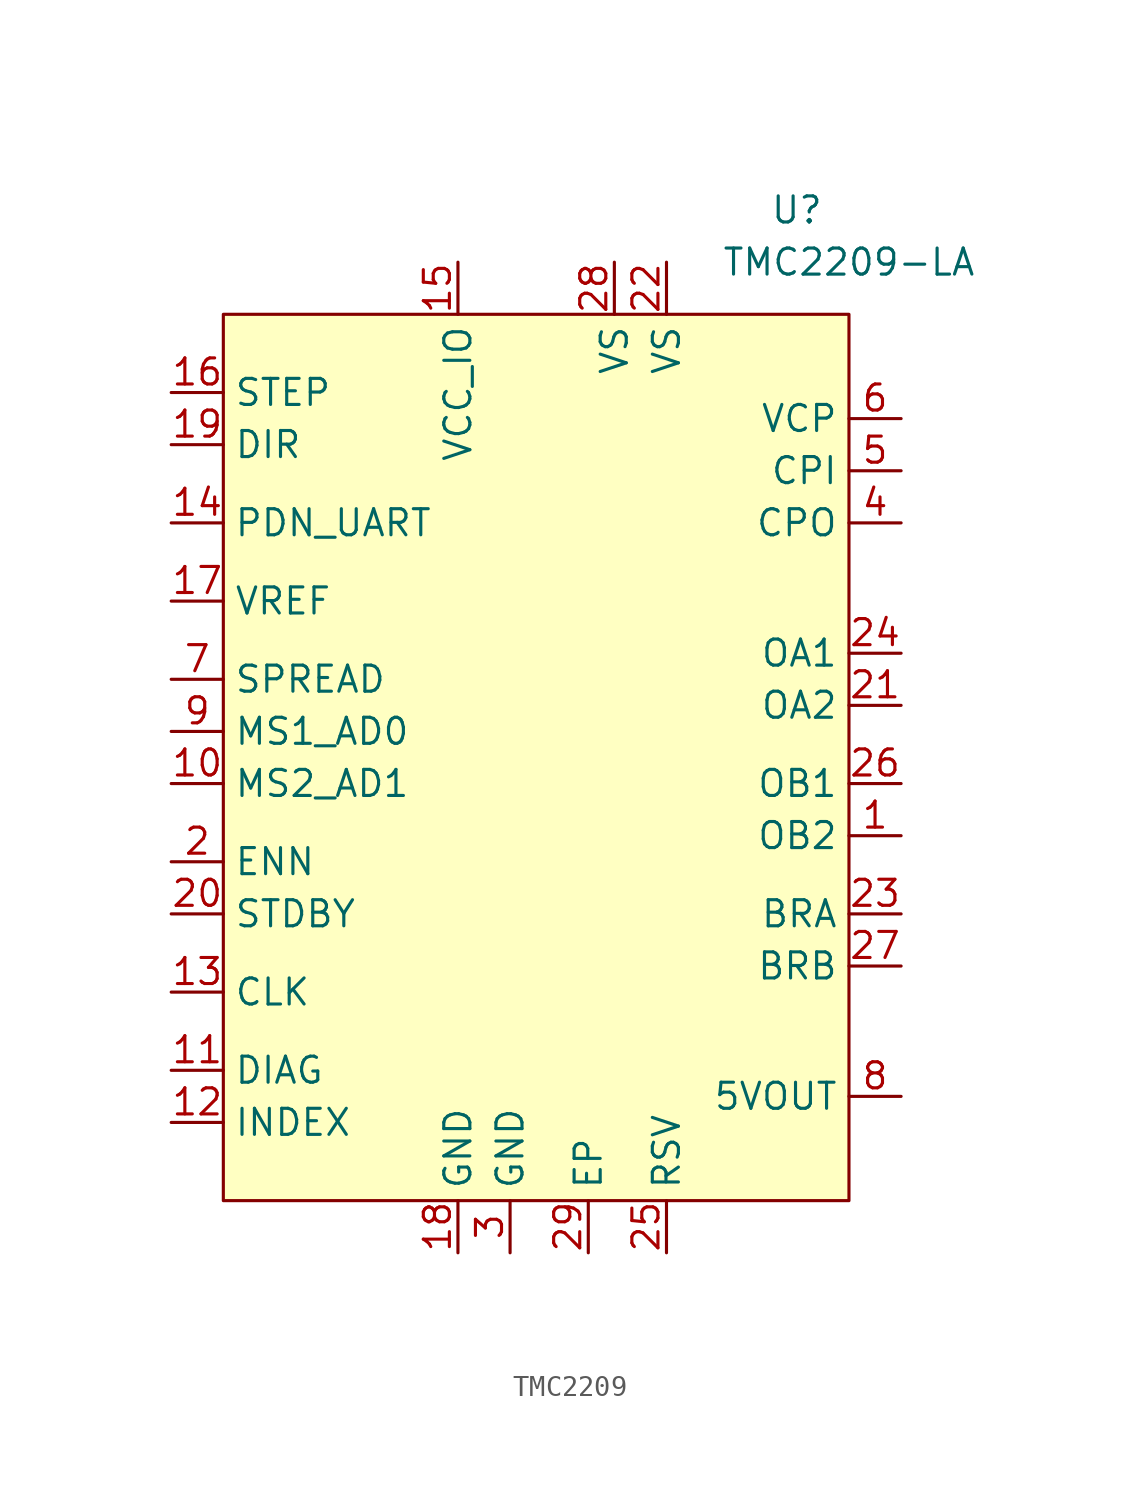
<source format=kicad_sym>
(kicad_symbol_lib
  (version 20220914)
  (generator kicad_symbol_editor)
  (symbol "TMC2209"
    (property "Reference" "U"
      (at 12.7 26.67 0)
      (effects (font (size 1.27 1.27))))
    (property "Value" "TMC2209-LA"
      (at 15.24 24.13 0)
      (effects (font (size 1.27 1.27))))
    (symbol "TMC2209_1_1"
      (rectangle (start -15.24 21.59) (end 15.24 -21.59) (stroke (width 0) (type default)) (fill (type background)))
      (pin passive line (at 17.78 -3.81 180) (length 2.54) (name "OB2" (effects (font (size 1.27 1.27)))) (number "1" (effects (font (size 1.27 1.27)))))
      (pin passive line (at -17.78 -1.27 0) (length 2.54) (name "MS2_AD1" (effects (font (size 1.27 1.27)))) (number "10" (effects (font (size 1.27 1.27)))))
      (pin output line (at -17.78 -15.24 0) (length 2.54) (name "DIAG" (effects (font (size 1.27 1.27)))) (number "11" (effects (font (size 1.27 1.27)))))
      (pin output line (at -17.78 -17.78 0) (length 2.54) (name "INDEX" (effects (font (size 1.27 1.27)))) (number "12" (effects (font (size 1.27 1.27)))))
      (pin input line (at -17.78 -11.43 0) (length 2.54) (name "CLK" (effects (font (size 1.27 1.27)))) (number "13" (effects (font (size 1.27 1.27)))))
      (pin bidirectional line (at -17.78 11.43 0) (length 2.54) (name "PDN_UART" (effects (font (size 1.27 1.27)))) (number "14" (effects (font (size 1.27 1.27)))))
      (pin power_in line (at -3.81 24.13 270) (length 2.54) (name "VCC_IO" (effects (font (size 1.27 1.27)))) (number "15" (effects (font (size 1.27 1.27)))))
      (pin input line (at -17.78 17.78 0) (length 2.54) (name "STEP" (effects (font (size 1.27 1.27)))) (number "16" (effects (font (size 1.27 1.27)))))
      (pin passive line (at -17.78 7.62 0) (length 2.54) (name "VREF" (effects (font (size 1.27 1.27)))) (number "17" (effects (font (size 1.27 1.27)))))
      (pin power_in line (at -3.81 -24.13 90) (length 2.54) (name "GND" (effects (font (size 1.27 1.27)))) (number "18" (effects (font (size 1.27 1.27)))))
      (pin input line (at -17.78 15.24 0) (length 2.54) (name "DIR" (effects (font (size 1.27 1.27)))) (number "19" (effects (font (size 1.27 1.27)))))
      (pin input line (at -17.78 -5.08 0) (length 2.54) (name "ENN" (effects (font (size 1.27 1.27)))) (number "2" (effects (font (size 1.27 1.27)))))
      (pin input line (at -17.78 -7.62 0) (length 2.54) (name "STDBY" (effects (font (size 1.27 1.27)))) (number "20" (effects (font (size 1.27 1.27)))))
      (pin passive line (at 17.78 2.54 180) (length 2.54) (name "OA2" (effects (font (size 1.27 1.27)))) (number "21" (effects (font (size 1.27 1.27)))))
      (pin power_in line (at 6.35 24.13 270) (length 2.54) (name "VS" (effects (font (size 1.27 1.27)))) (number "22" (effects (font (size 1.27 1.27)))))
      (pin passive line (at 17.78 -7.62 180) (length 2.54) (name "BRA" (effects (font (size 1.27 1.27)))) (number "23" (effects (font (size 1.27 1.27)))))
      (pin passive line (at 17.78 5.08 180) (length 2.54) (name "OA1" (effects (font (size 1.27 1.27)))) (number "24" (effects (font (size 1.27 1.27)))))
      (pin passive line (at 6.35 -24.13 90) (length 2.54) (name "RSV" (effects (font (size 1.27 1.27)))) (number "25" (effects (font (size 1.27 1.27)))))
      (pin passive line (at 17.78 -1.27 180) (length 2.54) (name "OB1" (effects (font (size 1.27 1.27)))) (number "26" (effects (font (size 1.27 1.27)))))
      (pin passive line (at 17.78 -10.16 180) (length 2.54) (name "BRB" (effects (font (size 1.27 1.27)))) (number "27" (effects (font (size 1.27 1.27)))))
      (pin power_in line (at 3.81 24.13 270) (length 2.54) (name "VS" (effects (font (size 1.27 1.27)))) (number "28" (effects (font (size 1.27 1.27)))))
      (pin power_in line (at 2.54 -24.13 90) (length 2.54) (name "EP" (effects (font (size 1.27 1.27)))) (number "29" (effects (font (size 1.27 1.27)))))
      (pin power_in line (at -1.27 -24.13 90) (length 2.54) (name "GND" (effects (font (size 1.27 1.27)))) (number "3" (effects (font (size 1.27 1.27)))))
      (pin passive line (at 17.78 11.43 180) (length 2.54) (name "CPO" (effects (font (size 1.27 1.27)))) (number "4" (effects (font (size 1.27 1.27)))))
      (pin passive line (at 17.78 13.97 180) (length 2.54) (name "CPI" (effects (font (size 1.27 1.27)))) (number "5" (effects (font (size 1.27 1.27)))))
      (pin passive line (at 17.78 16.51 180) (length 2.54) (name "VCP" (effects (font (size 1.27 1.27)))) (number "6" (effects (font (size 1.27 1.27)))))
      (pin input line (at -17.78 3.81 0) (length 2.54) (name "SPREAD" (effects (font (size 1.27 1.27)))) (number "7" (effects (font (size 1.27 1.27)))))
      (pin power_out line (at 17.78 -16.51 180) (length 2.54) (name "5VOUT" (effects (font (size 1.27 1.27)))) (number "8" (effects (font (size 1.27 1.27)))))
      (pin passive line (at -17.78 1.27 0) (length 2.54) (name "MS1_AD0" (effects (font (size 1.27 1.27)))) (number "9" (effects (font (size 1.27 1.27))))))))
</source>
